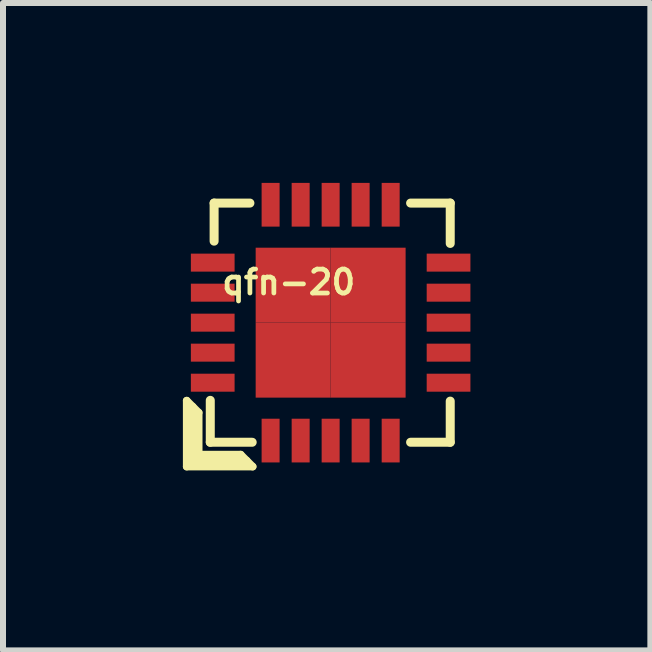
<source format=kicad_pcb>
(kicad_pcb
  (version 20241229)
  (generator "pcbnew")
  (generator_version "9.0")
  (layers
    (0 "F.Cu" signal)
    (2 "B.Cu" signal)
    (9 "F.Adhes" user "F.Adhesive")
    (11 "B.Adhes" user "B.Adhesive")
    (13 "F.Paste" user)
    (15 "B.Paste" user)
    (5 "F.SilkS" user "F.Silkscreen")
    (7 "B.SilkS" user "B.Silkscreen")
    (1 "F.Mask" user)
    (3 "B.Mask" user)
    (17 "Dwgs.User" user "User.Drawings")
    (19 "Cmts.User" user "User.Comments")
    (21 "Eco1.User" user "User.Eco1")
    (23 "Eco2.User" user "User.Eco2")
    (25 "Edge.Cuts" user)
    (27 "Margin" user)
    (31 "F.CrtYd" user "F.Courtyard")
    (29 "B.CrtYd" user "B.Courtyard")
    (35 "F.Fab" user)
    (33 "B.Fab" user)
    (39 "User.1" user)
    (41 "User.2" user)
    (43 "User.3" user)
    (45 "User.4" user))
  (footprint "qfn-20"
    (layer "F.Cu")
    (at 2.463 2.33)
    (property "Reference" "qfn-20" (at -0.7 -0.675 0) (layer "F.SilkS") (effects (font (size 0.399 0.399) (thickness 0.079))))
    (attr through_hole)
    (fp_line (start -2.4 1.3) (end -2.2 1.5) (stroke (width 0.127) (type solid)) (layer "F.SilkS"))
    (fp_line (start -2.4 2.4) (end -2.4 1.3) (stroke (width 0.127) (type solid)) (layer "F.SilkS"))
    (fp_line (start -2.3 1.4) (end -2.3 2.3) (stroke (width 0.127) (type solid)) (layer "F.SilkS"))
    (fp_line (start -2.3 2.3) (end -1.4 2.3) (stroke (width 0.127) (type solid)) (layer "F.SilkS"))
    (fp_line (start -2.2 1.5) (end -2.2 2.2) (stroke (width 0.127) (type solid)) (layer "F.SilkS"))
    (fp_line (start -2.2 2.2) (end -1.5 2.2) (stroke (width 0.127) (type solid)) (layer "F.SilkS"))
    (fp_line (start -2.007 1.994) (end -2.007 1.295) (stroke (width 0.15) (type solid)) (layer "F.SilkS"))
    (fp_line (start -2.007 1.994) (end -1.308 1.994) (stroke (width 0.15) (type solid)) (layer "F.SilkS"))
    (fp_line (start -1.943 -1.994) (end -1.943 -1.359) (stroke (width 0.15) (type solid)) (layer "F.SilkS"))
    (fp_line (start -1.5 2.2) (end -1.3 2.4) (stroke (width 0.127) (type solid)) (layer "F.SilkS"))
    (fp_line (start -1.346 -1.994) (end -1.943 -1.994) (stroke (width 0.15) (type solid)) (layer "F.SilkS"))
    (fp_line (start -1.3 2.4) (end -2.4 2.4) (stroke (width 0.127) (type solid)) (layer "F.SilkS"))
    (fp_line (start 1.994 -1.994) (end 1.333 -1.994) (stroke (width 0.15) (type solid)) (layer "F.SilkS"))
    (fp_line (start 1.994 -1.994) (end 1.994 -1.321) (stroke (width 0.15) (type solid)) (layer "F.SilkS"))
    (fp_line (start 1.994 1.994) (end 1.333 1.994) (stroke (width 0.15) (type solid)) (layer "F.SilkS"))
    (fp_line (start 1.994 1.994) (end 1.994 1.308) (stroke (width 0.15) (type solid)) (layer "F.SilkS"))
    (pad "1" smd rect (at -1.001 1.966) (size 0.3 0.729) (layers "F.Cu" "F.Mask" "F.Paste"))
    (pad "2" smd rect (at -0.5 1.966) (size 0.3 0.729) (layers "F.Cu" "F.Mask" "F.Paste"))
    (pad "3" smd rect (at 0 1.966) (size 0.3 0.729) (layers "F.Cu" "F.Mask" "F.Paste"))
    (pad "4" smd rect (at 0.5 1.966) (size 0.3 0.729) (layers "F.Cu" "F.Mask" "F.Paste"))
    (pad "5" smd rect (at 1.001 1.966) (size 0.3 0.729) (layers "F.Cu" "F.Mask" "F.Paste"))
    (pad "6" smd rect (at 1.966 1.001) (size 0.729 0.3) (layers "F.Cu" "F.Mask" "F.Paste"))
    (pad "7" smd rect (at 1.966 0.5) (size 0.729 0.3) (layers "F.Cu" "F.Mask" "F.Paste"))
    (pad "8" smd rect (at 1.966 0) (size 0.729 0.3) (layers "F.Cu" "F.Mask" "F.Paste"))
    (pad "9" smd rect (at 1.966 -0.5) (size 0.729 0.3) (layers "F.Cu" "F.Mask" "F.Paste"))
    (pad "10" smd rect (at 1.966 -1.001) (size 0.729 0.3) (layers "F.Cu" "F.Mask" "F.Paste"))
    (pad "11" smd rect (at 1.001 -1.966) (size 0.3 0.729) (layers "F.Cu" "F.Mask" "F.Paste"))
    (pad "12" smd rect (at 0.5 -1.966) (size 0.3 0.729) (layers "F.Cu" "F.Mask" "F.Paste"))
    (pad "13" smd rect (at 0 -1.966) (size 0.3 0.729) (layers "F.Cu" "F.Mask" "F.Paste"))
    (pad "14" smd rect (at -0.5 -1.966) (size 0.3 0.729) (layers "F.Cu" "F.Mask" "F.Paste"))
    (pad "15" smd rect (at -1.001 -1.966) (size 0.3 0.729) (layers "F.Cu" "F.Mask" "F.Paste"))
    (pad "16" smd rect (at -1.966 -1.001) (size 0.729 0.3) (layers "F.Cu" "F.Mask" "F.Paste"))
    (pad "17" smd rect (at -1.966 -0.5) (size 0.729 0.3) (layers "F.Cu" "F.Mask" "F.Paste"))
    (pad "18" smd rect (at -1.966 0) (size 0.729 0.3) (layers "F.Cu" "F.Mask" "F.Paste"))
    (pad "19" smd rect (at -1.966 0.5) (size 0.729 0.3) (layers "F.Cu" "F.Mask" "F.Paste"))
    (pad "20" smd rect (at -1.966 1.001) (size 0.729 0.3) (layers "F.Cu" "F.Mask" "F.Paste"))
    (pad "21" smd rect (at -0.625 -0.625) (size 1.25 1.25) (layers "F.Cu" "F.Mask" "F.Paste"))
    (pad "21" smd rect (at -0.625 0.625) (size 1.25 1.25) (layers "F.Cu" "F.Mask" "F.Paste"))
    (pad "21" smd rect (at 0.625 -0.625) (size 1.25 1.25) (layers "F.Cu" "F.Mask" "F.Paste"))
    (pad "21" smd rect (at 0.625 0.625) (size 1.25 1.25) (layers "F.Cu" "F.Mask" "F.Paste")))
  (gr_rect
    (start -3 -3)
    (end 7.794 7.794)
    (stroke (width 0.1) (type default))
    (fill no)
    (layer "Edge.Cuts")))
</source>
